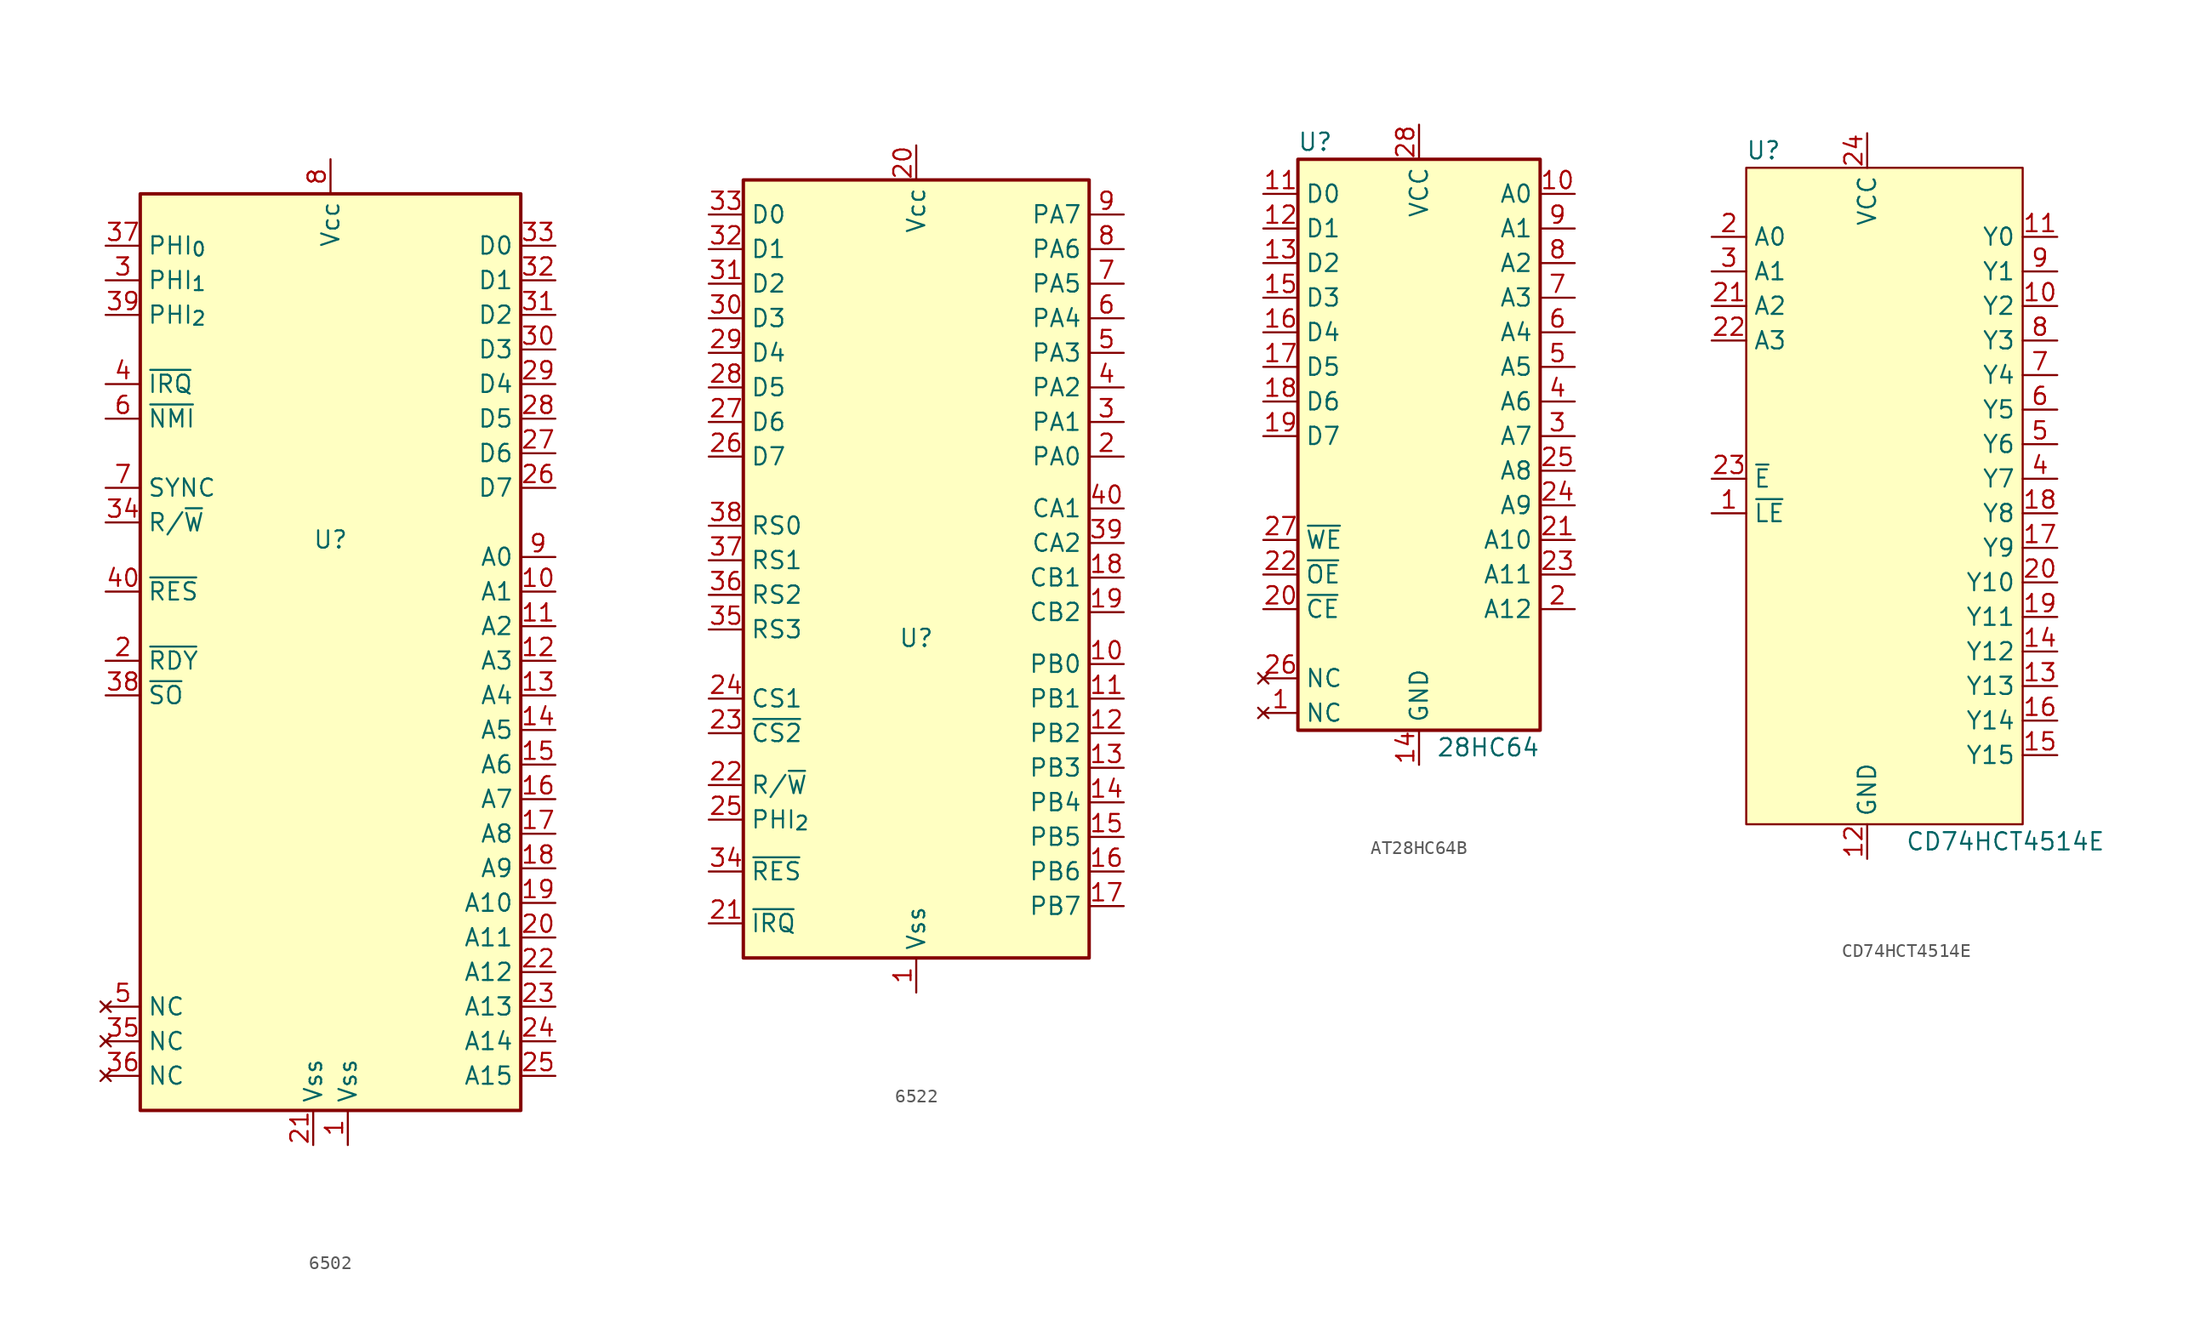
<source format=kicad_sym>
(kicad_symbol_lib
  (version 20220914)
  (generator kicad_symbol_editor)
  (symbol "6502"
    (property "Reference" "U"
      (at 0 0 0)
      (effects (font (size 1.27 1.27))))
    (property "Value" ""
      (at 0 0 0)
      (effects (font (size 1.27 1.27))))
    (symbol "6502_1_1"
      (rectangle (start -13.97 25.4) (end 13.97 -41.91) (stroke (width 0.25) (type default)) (fill (type background)))
      (pin power_in line (at 1.27 -44.45 90) (length 2.54) (name "Vss" (effects (font (size 1.27 1.27)))) (number "1" (effects (font (size 1.27 1.27)))))
      (pin output line (at 16.51 -3.81 180) (length 2.54) (name "A1" (effects (font (size 1.27 1.27)))) (number "10" (effects (font (size 1.27 1.27)))))
      (pin output line (at 16.51 -6.35 180) (length 2.54) (name "A2" (effects (font (size 1.27 1.27)))) (number "11" (effects (font (size 1.27 1.27)))))
      (pin output line (at 16.51 -8.89 180) (length 2.54) (name "A3" (effects (font (size 1.27 1.27)))) (number "12" (effects (font (size 1.27 1.27)))))
      (pin output line (at 16.51 -11.43 180) (length 2.54) (name "A4" (effects (font (size 1.27 1.27)))) (number "13" (effects (font (size 1.27 1.27)))))
      (pin output line (at 16.51 -13.97 180) (length 2.54) (name "A5" (effects (font (size 1.27 1.27)))) (number "14" (effects (font (size 1.27 1.27)))))
      (pin output line (at 16.51 -16.51 180) (length 2.54) (name "A6" (effects (font (size 1.27 1.27)))) (number "15" (effects (font (size 1.27 1.27)))))
      (pin output line (at 16.51 -19.05 180) (length 2.54) (name "A7" (effects (font (size 1.27 1.27)))) (number "16" (effects (font (size 1.27 1.27)))))
      (pin output line (at 16.51 -21.59 180) (length 2.54) (name "A8" (effects (font (size 1.27 1.27)))) (number "17" (effects (font (size 1.27 1.27)))))
      (pin output line (at 16.51 -24.13 180) (length 2.54) (name "A9" (effects (font (size 1.27 1.27)))) (number "18" (effects (font (size 1.27 1.27)))))
      (pin output line (at 16.51 -26.67 180) (length 2.54) (name "A10" (effects (font (size 1.27 1.27)))) (number "19" (effects (font (size 1.27 1.27)))))
      (pin input line (at -16.51 -8.89 0) (length 2.54) (name "~{RDY}" (effects (font (size 1.27 1.27)))) (number "2" (effects (font (size 1.27 1.27)))))
      (pin output line (at 16.51 -29.21 180) (length 2.54) (name "A11" (effects (font (size 1.27 1.27)))) (number "20" (effects (font (size 1.27 1.27)))))
      (pin power_in line (at -1.27 -44.45 90) (length 2.54) (name "Vss" (effects (font (size 1.27 1.27)))) (number "21" (effects (font (size 1.27 1.27)))))
      (pin output line (at 16.51 -31.75 180) (length 2.54) (name "A12" (effects (font (size 1.27 1.27)))) (number "22" (effects (font (size 1.27 1.27)))))
      (pin output line (at 16.51 -34.29 180) (length 2.54) (name "A13" (effects (font (size 1.27 1.27)))) (number "23" (effects (font (size 1.27 1.27)))))
      (pin output line (at 16.51 -36.83 180) (length 2.54) (name "A14" (effects (font (size 1.27 1.27)))) (number "24" (effects (font (size 1.27 1.27)))))
      (pin output line (at 16.51 -39.37 180) (length 2.54) (name "A15" (effects (font (size 1.27 1.27)))) (number "25" (effects (font (size 1.27 1.27)))))
      (pin bidirectional line (at 16.51 3.81 180) (length 2.54) (name "D7" (effects (font (size 1.27 1.27)))) (number "26" (effects (font (size 1.27 1.27)))))
      (pin bidirectional line (at 16.51 6.35 180) (length 2.54) (name "D6" (effects (font (size 1.27 1.27)))) (number "27" (effects (font (size 1.27 1.27)))))
      (pin bidirectional line (at 16.51 8.89 180) (length 2.54) (name "D5" (effects (font (size 1.27 1.27)))) (number "28" (effects (font (size 1.27 1.27)))))
      (pin bidirectional line (at 16.51 11.43 180) (length 2.54) (name "D4" (effects (font (size 1.27 1.27)))) (number "29" (effects (font (size 1.27 1.27)))))
      (pin output line (at -16.51 19.05 0) (length 2.54) (name "PHI_{1}" (effects (font (size 1.27 1.27)))) (number "3" (effects (font (size 1.27 1.27)))))
      (pin bidirectional line (at 16.51 13.97 180) (length 2.54) (name "D3" (effects (font (size 1.27 1.27)))) (number "30" (effects (font (size 1.27 1.27)))))
      (pin bidirectional line (at 16.51 16.51 180) (length 2.54) (name "D2" (effects (font (size 1.27 1.27)))) (number "31" (effects (font (size 1.27 1.27)))))
      (pin bidirectional line (at 16.51 19.05 180) (length 2.54) (name "D1" (effects (font (size 1.27 1.27)))) (number "32" (effects (font (size 1.27 1.27)))))
      (pin bidirectional line (at 16.51 21.59 180) (length 2.54) (name "D0" (effects (font (size 1.27 1.27)))) (number "33" (effects (font (size 1.27 1.27)))))
      (pin output line (at -16.51 1.27 0) (length 2.54) (name "R/~{W}" (effects (font (size 1.27 1.27)))) (number "34" (effects (font (size 1.27 1.27)))))
      (pin no_connect line (at -16.51 -36.83 0) (length 2.54) (name "NC" (effects (font (size 1.27 1.27)))) (number "35" (effects (font (size 1.27 1.27)))))
      (pin no_connect line (at -16.51 -39.37 0) (length 2.54) (name "NC" (effects (font (size 1.27 1.27)))) (number "36" (effects (font (size 1.27 1.27)))))
      (pin input line (at -16.51 21.59 0) (length 2.54) (name "PHI_{0}" (effects (font (size 1.27 1.27)))) (number "37" (effects (font (size 1.27 1.27)))))
      (pin input line (at -16.51 -11.43 0) (length 2.54) (name "~{SO}" (effects (font (size 1.27 1.27)))) (number "38" (effects (font (size 1.27 1.27)))))
      (pin output line (at -16.51 16.51 0) (length 2.54) (name "PHI_{2}" (effects (font (size 1.27 1.27)))) (number "39" (effects (font (size 1.27 1.27)))))
      (pin input line (at -16.51 11.43 0) (length 2.54) (name "~{IRQ}" (effects (font (size 1.27 1.27)))) (number "4" (effects (font (size 1.27 1.27)))))
      (pin input line (at -16.51 -3.81 0) (length 2.54) (name "~{RES}" (effects (font (size 1.27 1.27)))) (number "40" (effects (font (size 1.27 1.27)))))
      (pin no_connect line (at -16.51 -34.29 0) (length 2.54) (name "NC" (effects (font (size 1.27 1.27)))) (number "5" (effects (font (size 1.27 1.27)))))
      (pin input line (at -16.51 8.89 0) (length 2.54) (name "~{NMI}" (effects (font (size 1.27 1.27)))) (number "6" (effects (font (size 1.27 1.27)))))
      (pin output line (at -16.51 3.81 0) (length 2.54) (name "SYNC" (effects (font (size 1.27 1.27)))) (number "7" (effects (font (size 1.27 1.27)))))
      (pin power_in line (at 0 27.94 270) (length 2.54) (name "Vcc" (effects (font (size 1.27 1.27)))) (number "8" (effects (font (size 1.27 1.27)))))
      (pin output line (at 16.51 -1.27 180) (length 2.54) (name "A0" (effects (font (size 1.27 1.27)))) (number "9" (effects (font (size 1.27 1.27)))))))
  (symbol "6522"
    (property "Reference" "U"
      (at 0 -5.08 0)
      (effects (font (size 1.27 1.27))))
    (property "Value" ""
      (at 0 -5.08 0)
      (effects (font (size 1.27 1.27))))
    (symbol "6522_1_1"
      (rectangle (start -12.7 28.575) (end 12.7 -28.575) (stroke (width 0.25) (type default)) (fill (type background)))
      (pin power_in line (at 0 -31.115 90) (length 2.54) (name "Vss" (effects (font (size 1.27 1.27)))) (number "1" (effects (font (size 1.27 1.27)))))
      (pin bidirectional line (at 15.24 -6.985 180) (length 2.54) (name "PB0" (effects (font (size 1.27 1.27)))) (number "10" (effects (font (size 1.27 1.27)))))
      (pin bidirectional line (at 15.24 -9.525 180) (length 2.54) (name "PB1" (effects (font (size 1.27 1.27)))) (number "11" (effects (font (size 1.27 1.27)))))
      (pin bidirectional line (at 15.24 -12.065 180) (length 2.54) (name "PB2" (effects (font (size 1.27 1.27)))) (number "12" (effects (font (size 1.27 1.27)))))
      (pin bidirectional line (at 15.24 -14.605 180) (length 2.54) (name "PB3" (effects (font (size 1.27 1.27)))) (number "13" (effects (font (size 1.27 1.27)))))
      (pin bidirectional line (at 15.24 -17.145 180) (length 2.54) (name "PB4" (effects (font (size 1.27 1.27)))) (number "14" (effects (font (size 1.27 1.27)))))
      (pin bidirectional line (at 15.24 -19.685 180) (length 2.54) (name "PB5" (effects (font (size 1.27 1.27)))) (number "15" (effects (font (size 1.27 1.27)))))
      (pin bidirectional line (at 15.24 -22.225 180) (length 2.54) (name "PB6" (effects (font (size 1.27 1.27)))) (number "16" (effects (font (size 1.27 1.27)))))
      (pin bidirectional line (at 15.24 -24.765 180) (length 2.54) (name "PB7" (effects (font (size 1.27 1.27)))) (number "17" (effects (font (size 1.27 1.27)))))
      (pin bidirectional line (at 15.24 -0.635 180) (length 2.54) (name "CB1" (effects (font (size 1.27 1.27)))) (number "18" (effects (font (size 1.27 1.27)))))
      (pin bidirectional line (at 15.24 -3.175 180) (length 2.54) (name "CB2" (effects (font (size 1.27 1.27)))) (number "19" (effects (font (size 1.27 1.27)))))
      (pin bidirectional line (at 15.24 8.255 180) (length 2.54) (name "PA0" (effects (font (size 1.27 1.27)))) (number "2" (effects (font (size 1.27 1.27)))))
      (pin power_in line (at 0 31.115 270) (length 2.54) (name "Vcc" (effects (font (size 1.27 1.27)))) (number "20" (effects (font (size 1.27 1.27)))))
      (pin output line (at -15.24 -26.035 0) (length 2.54) (name "~{IRQ}" (effects (font (size 1.27 1.27)))) (number "21" (effects (font (size 1.27 1.27)))))
      (pin input line (at -15.24 -15.875 0) (length 2.54) (name "R/~{W}" (effects (font (size 1.27 1.27)))) (number "22" (effects (font (size 1.27 1.27)))))
      (pin input line (at -15.24 -12.065 0) (length 2.54) (name "~{CS2}" (effects (font (size 1.27 1.27)))) (number "23" (effects (font (size 1.27 1.27)))))
      (pin input line (at -15.24 -9.525 0) (length 2.54) (name "CS1" (effects (font (size 1.27 1.27)))) (number "24" (effects (font (size 1.27 1.27)))))
      (pin input line (at -15.24 -18.415 0) (length 2.54) (name "PHI_{2}" (effects (font (size 1.27 1.27)))) (number "25" (effects (font (size 1.27 1.27)))))
      (pin bidirectional line (at -15.24 8.255 0) (length 2.54) (name "D7" (effects (font (size 1.27 1.27)))) (number "26" (effects (font (size 1.27 1.27)))))
      (pin bidirectional line (at -15.24 10.795 0) (length 2.54) (name "D6" (effects (font (size 1.27 1.27)))) (number "27" (effects (font (size 1.27 1.27)))))
      (pin bidirectional line (at -15.24 13.335 0) (length 2.54) (name "D5" (effects (font (size 1.27 1.27)))) (number "28" (effects (font (size 1.27 1.27)))))
      (pin bidirectional line (at -15.24 15.875 0) (length 2.54) (name "D4" (effects (font (size 1.27 1.27)))) (number "29" (effects (font (size 1.27 1.27)))))
      (pin bidirectional line (at 15.24 10.795 180) (length 2.54) (name "PA1" (effects (font (size 1.27 1.27)))) (number "3" (effects (font (size 1.27 1.27)))))
      (pin bidirectional line (at -15.24 18.415 0) (length 2.54) (name "D3" (effects (font (size 1.27 1.27)))) (number "30" (effects (font (size 1.27 1.27)))))
      (pin bidirectional line (at -15.24 20.955 0) (length 2.54) (name "D2" (effects (font (size 1.27 1.27)))) (number "31" (effects (font (size 1.27 1.27)))))
      (pin bidirectional line (at -15.24 23.495 0) (length 2.54) (name "D1" (effects (font (size 1.27 1.27)))) (number "32" (effects (font (size 1.27 1.27)))))
      (pin bidirectional line (at -15.24 26.035 0) (length 2.54) (name "D0" (effects (font (size 1.27 1.27)))) (number "33" (effects (font (size 1.27 1.27)))))
      (pin input line (at -15.24 -22.225 0) (length 2.54) (name "~{RES}" (effects (font (size 1.27 1.27)))) (number "34" (effects (font (size 1.27 1.27)))))
      (pin input line (at -15.24 -4.445 0) (length 2.54) (name "RS3" (effects (font (size 1.27 1.27)))) (number "35" (effects (font (size 1.27 1.27)))))
      (pin input line (at -15.24 -1.905 0) (length 2.54) (name "RS2" (effects (font (size 1.27 1.27)))) (number "36" (effects (font (size 1.27 1.27)))))
      (pin input line (at -15.24 0.635 0) (length 2.54) (name "RS1" (effects (font (size 1.27 1.27)))) (number "37" (effects (font (size 1.27 1.27)))))
      (pin input line (at -15.24 3.175 0) (length 2.54) (name "RS0" (effects (font (size 1.27 1.27)))) (number "38" (effects (font (size 1.27 1.27)))))
      (pin bidirectional line (at 15.24 1.905 180) (length 2.54) (name "CA2" (effects (font (size 1.27 1.27)))) (number "39" (effects (font (size 1.27 1.27)))))
      (pin bidirectional line (at 15.24 13.335 180) (length 2.54) (name "PA2" (effects (font (size 1.27 1.27)))) (number "4" (effects (font (size 1.27 1.27)))))
      (pin input line (at 15.24 4.445 180) (length 2.54) (name "CA1" (effects (font (size 1.27 1.27)))) (number "40" (effects (font (size 1.27 1.27)))))
      (pin bidirectional line (at 15.24 15.875 180) (length 2.54) (name "PA3" (effects (font (size 1.27 1.27)))) (number "5" (effects (font (size 1.27 1.27)))))
      (pin bidirectional line (at 15.24 18.415 180) (length 2.54) (name "PA4" (effects (font (size 1.27 1.27)))) (number "6" (effects (font (size 1.27 1.27)))))
      (pin bidirectional line (at 15.24 20.955 180) (length 2.54) (name "PA5" (effects (font (size 1.27 1.27)))) (number "7" (effects (font (size 1.27 1.27)))))
      (pin bidirectional line (at 15.24 23.495 180) (length 2.54) (name "PA6" (effects (font (size 1.27 1.27)))) (number "8" (effects (font (size 1.27 1.27)))))
      (pin bidirectional line (at 15.24 26.035 180) (length 2.54) (name "PA7" (effects (font (size 1.27 1.27)))) (number "9" (effects (font (size 1.27 1.27)))))))
  (symbol "AT28HC64B"
    (property "Reference" "U"
      (at -7.62 17.78 0)
      (effects (font (size 1.27 1.27))))
    (property "Value" "28HC64"
      (at 5.08 -26.67 0)
      (effects (font (size 1.27 1.27))))
    (symbol "AT28HC64B_1_1"
      (rectangle (start -8.89 16.51) (end 8.89 -25.4) (stroke (width 0.25) (type default)) (fill (type background)))
      (pin no_connect line (at -11.43 -24.13 0) (length 2.54) (name "NC" (effects (font (size 1.27 1.27)))) (number "1" (effects (font (size 1.27 1.27)))))
      (pin input line (at 11.43 13.97 180) (length 2.54) (name "A0" (effects (font (size 1.27 1.27)))) (number "10" (effects (font (size 1.27 1.27)))))
      (pin bidirectional line (at -11.43 13.97 0) (length 2.54) (name "D0" (effects (font (size 1.27 1.27)))) (number "11" (effects (font (size 1.27 1.27)))))
      (pin bidirectional line (at -11.43 11.43 0) (length 2.54) (name "D1" (effects (font (size 1.27 1.27)))) (number "12" (effects (font (size 1.27 1.27)))))
      (pin bidirectional line (at -11.43 8.89 0) (length 2.54) (name "D2" (effects (font (size 1.27 1.27)))) (number "13" (effects (font (size 1.27 1.27)))))
      (pin power_in line (at 0 -27.94 90) (length 2.54) (name "GND" (effects (font (size 1.27 1.27)))) (number "14" (effects (font (size 1.27 1.27)))))
      (pin bidirectional line (at -11.43 6.35 0) (length 2.54) (name "D3" (effects (font (size 1.27 1.27)))) (number "15" (effects (font (size 1.27 1.27)))))
      (pin bidirectional line (at -11.43 3.81 0) (length 2.54) (name "D4" (effects (font (size 1.27 1.27)))) (number "16" (effects (font (size 1.27 1.27)))))
      (pin bidirectional line (at -11.43 1.27 0) (length 2.54) (name "D5" (effects (font (size 1.27 1.27)))) (number "17" (effects (font (size 1.27 1.27)))))
      (pin bidirectional line (at -11.43 -1.27 0) (length 2.54) (name "D6" (effects (font (size 1.27 1.27)))) (number "18" (effects (font (size 1.27 1.27)))))
      (pin bidirectional line (at -11.43 -3.81 0) (length 2.54) (name "D7" (effects (font (size 1.27 1.27)))) (number "19" (effects (font (size 1.27 1.27)))))
      (pin input line (at 11.43 -16.51 180) (length 2.54) (name "A12" (effects (font (size 1.27 1.27)))) (number "2" (effects (font (size 1.27 1.27)))))
      (pin input line (at -11.43 -16.51 0) (length 2.54) (name "~{CE}" (effects (font (size 1.27 1.27)))) (number "20" (effects (font (size 1.27 1.27)))))
      (pin input line (at 11.43 -11.43 180) (length 2.54) (name "A10" (effects (font (size 1.27 1.27)))) (number "21" (effects (font (size 1.27 1.27)))))
      (pin input line (at -11.43 -13.97 0) (length 2.54) (name "~{OE}" (effects (font (size 1.27 1.27)))) (number "22" (effects (font (size 1.27 1.27)))))
      (pin input line (at 11.43 -13.97 180) (length 2.54) (name "A11" (effects (font (size 1.27 1.27)))) (number "23" (effects (font (size 1.27 1.27)))))
      (pin input line (at 11.43 -8.89 180) (length 2.54) (name "A9" (effects (font (size 1.27 1.27)))) (number "24" (effects (font (size 1.27 1.27)))))
      (pin input line (at 11.43 -6.35 180) (length 2.54) (name "A8" (effects (font (size 1.27 1.27)))) (number "25" (effects (font (size 1.27 1.27)))))
      (pin no_connect line (at -11.43 -21.59 0) (length 2.54) (name "NC" (effects (font (size 1.27 1.27)))) (number "26" (effects (font (size 1.27 1.27)))))
      (pin input line (at -11.43 -11.43 0) (length 2.54) (name "~{WE}" (effects (font (size 1.27 1.27)))) (number "27" (effects (font (size 1.27 1.27)))))
      (pin power_in line (at 0 19.05 270) (length 2.54) (name "VCC" (effects (font (size 1.27 1.27)))) (number "28" (effects (font (size 1.27 1.27)))))
      (pin input line (at 11.43 -3.81 180) (length 2.54) (name "A7" (effects (font (size 1.27 1.27)))) (number "3" (effects (font (size 1.27 1.27)))))
      (pin input line (at 11.43 -1.27 180) (length 2.54) (name "A6" (effects (font (size 1.27 1.27)))) (number "4" (effects (font (size 1.27 1.27)))))
      (pin input line (at 11.43 1.27 180) (length 2.54) (name "A5" (effects (font (size 1.27 1.27)))) (number "5" (effects (font (size 1.27 1.27)))))
      (pin input line (at 11.43 3.81 180) (length 2.54) (name "A4" (effects (font (size 1.27 1.27)))) (number "6" (effects (font (size 1.27 1.27)))))
      (pin input line (at 11.43 6.35 180) (length 2.54) (name "A3" (effects (font (size 1.27 1.27)))) (number "7" (effects (font (size 1.27 1.27)))))
      (pin input line (at 11.43 8.89 180) (length 2.54) (name "A2" (effects (font (size 1.27 1.27)))) (number "8" (effects (font (size 1.27 1.27)))))
      (pin input line (at 11.43 11.43 180) (length 2.54) (name "A1" (effects (font (size 1.27 1.27)))) (number "9" (effects (font (size 1.27 1.27)))))))
  (symbol "CD74HCT4514E"
    (property "Reference" "U"
      (at -8.89 25.4 0)
      (effects (font (size 1.27 1.27))))
    (property "Value" "CD74HCT4514E"
      (at 8.89 -25.4 0)
      (effects (font (size 1.27 1.27))))
    (symbol "CD74HCT4514E_0_0"
      (pin input line (at -12.7 -1.27 0) (length 2.54) (name "~{LE}" (effects (font (size 1.27 1.27)))) (number "1" (effects (font (size 1.27 1.27)))))
      (pin output line (at 12.7 19.05 180) (length 2.54) (name "Y0" (effects (font (size 1.27 1.27)))) (number "11" (effects (font (size 1.27 1.27)))))
      (pin power_in line (at -1.27 -26.67 90) (length 2.54) (name "GND" (effects (font (size 1.27 1.27)))) (number "12" (effects (font (size 1.27 1.27)))))
      (pin output line (at 12.7 -13.97 180) (length 2.54) (name "Y13" (effects (font (size 1.27 1.27)))) (number "13" (effects (font (size 1.27 1.27)))))
      (pin output line (at 12.7 -11.43 180) (length 2.54) (name "Y12" (effects (font (size 1.27 1.27)))) (number "14" (effects (font (size 1.27 1.27)))))
      (pin output line (at 12.7 -19.05 180) (length 2.54) (name "Y15" (effects (font (size 1.27 1.27)))) (number "15" (effects (font (size 1.27 1.27)))))
      (pin output line (at 12.7 -16.51 180) (length 2.54) (name "Y14" (effects (font (size 1.27 1.27)))) (number "16" (effects (font (size 1.27 1.27)))))
      (pin output line (at 12.7 -3.81 180) (length 2.54) (name "Y9" (effects (font (size 1.27 1.27)))) (number "17" (effects (font (size 1.27 1.27)))))
      (pin output line (at 12.7 -1.27 180) (length 2.54) (name "Y8" (effects (font (size 1.27 1.27)))) (number "18" (effects (font (size 1.27 1.27)))))
      (pin output line (at 12.7 -8.89 180) (length 2.54) (name "Y11" (effects (font (size 1.27 1.27)))) (number "19" (effects (font (size 1.27 1.27)))))
      (pin input line (at -12.7 19.05 0) (length 2.54) (name "A0" (effects (font (size 1.27 1.27)))) (number "2" (effects (font (size 1.27 1.27)))))
      (pin output line (at 12.7 -6.35 180) (length 2.54) (name "Y10" (effects (font (size 1.27 1.27)))) (number "20" (effects (font (size 1.27 1.27)))))
      (pin input line (at -12.7 13.97 0) (length 2.54) (name "A2" (effects (font (size 1.27 1.27)))) (number "21" (effects (font (size 1.27 1.27)))))
      (pin input line (at -12.7 11.43 0) (length 2.54) (name "A3" (effects (font (size 1.27 1.27)))) (number "22" (effects (font (size 1.27 1.27)))))
      (pin input line (at -12.7 1.27 0) (length 2.54) (name "~{E}" (effects (font (size 1.27 1.27)))) (number "23" (effects (font (size 1.27 1.27)))))
      (pin input line (at -1.27 26.67 270) (length 2.54) (name "VCC" (effects (font (size 1.27 1.27)))) (number "24" (effects (font (size 1.27 1.27)))))
      (pin input line (at -12.7 16.51 0) (length 2.54) (name "A1" (effects (font (size 1.27 1.27)))) (number "3" (effects (font (size 1.27 1.27)))))
      (pin output line (at 12.7 1.27 180) (length 2.54) (name "Y7" (effects (font (size 1.27 1.27)))) (number "4" (effects (font (size 1.27 1.27)))))
      (pin output line (at 12.7 3.81 180) (length 2.54) (name "Y6" (effects (font (size 1.27 1.27)))) (number "5" (effects (font (size 1.27 1.27)))))
      (pin output line (at 12.7 6.35 180) (length 2.54) (name "Y5" (effects (font (size 1.27 1.27)))) (number "6" (effects (font (size 1.27 1.27)))))
      (pin output line (at 12.7 8.89 180) (length 2.54) (name "Y4" (effects (font (size 1.27 1.27)))) (number "7" (effects (font (size 1.27 1.27)))))
      (pin output line (at 12.7 11.43 180) (length 2.54) (name "Y3" (effects (font (size 1.27 1.27)))) (number "8" (effects (font (size 1.27 1.27))))))
    (symbol "CD74HCT4514E_1_0"
      (pin output line (at 12.7 13.97 180) (length 2.54) (name "Y2" (effects (font (size 1.27 1.27)))) (number "10" (effects (font (size 1.27 1.27)))))
      (pin output line (at 12.7 16.51 180) (length 2.54) (name "Y1" (effects (font (size 1.27 1.27)))) (number "9" (effects (font (size 1.27 1.27))))))
    (symbol "CD74HCT4514E_1_1"
      (rectangle (start -10.16 24.13) (end 10.16 -24.13) (stroke (width 0) (type default)) (fill (type background))))))
</source>
